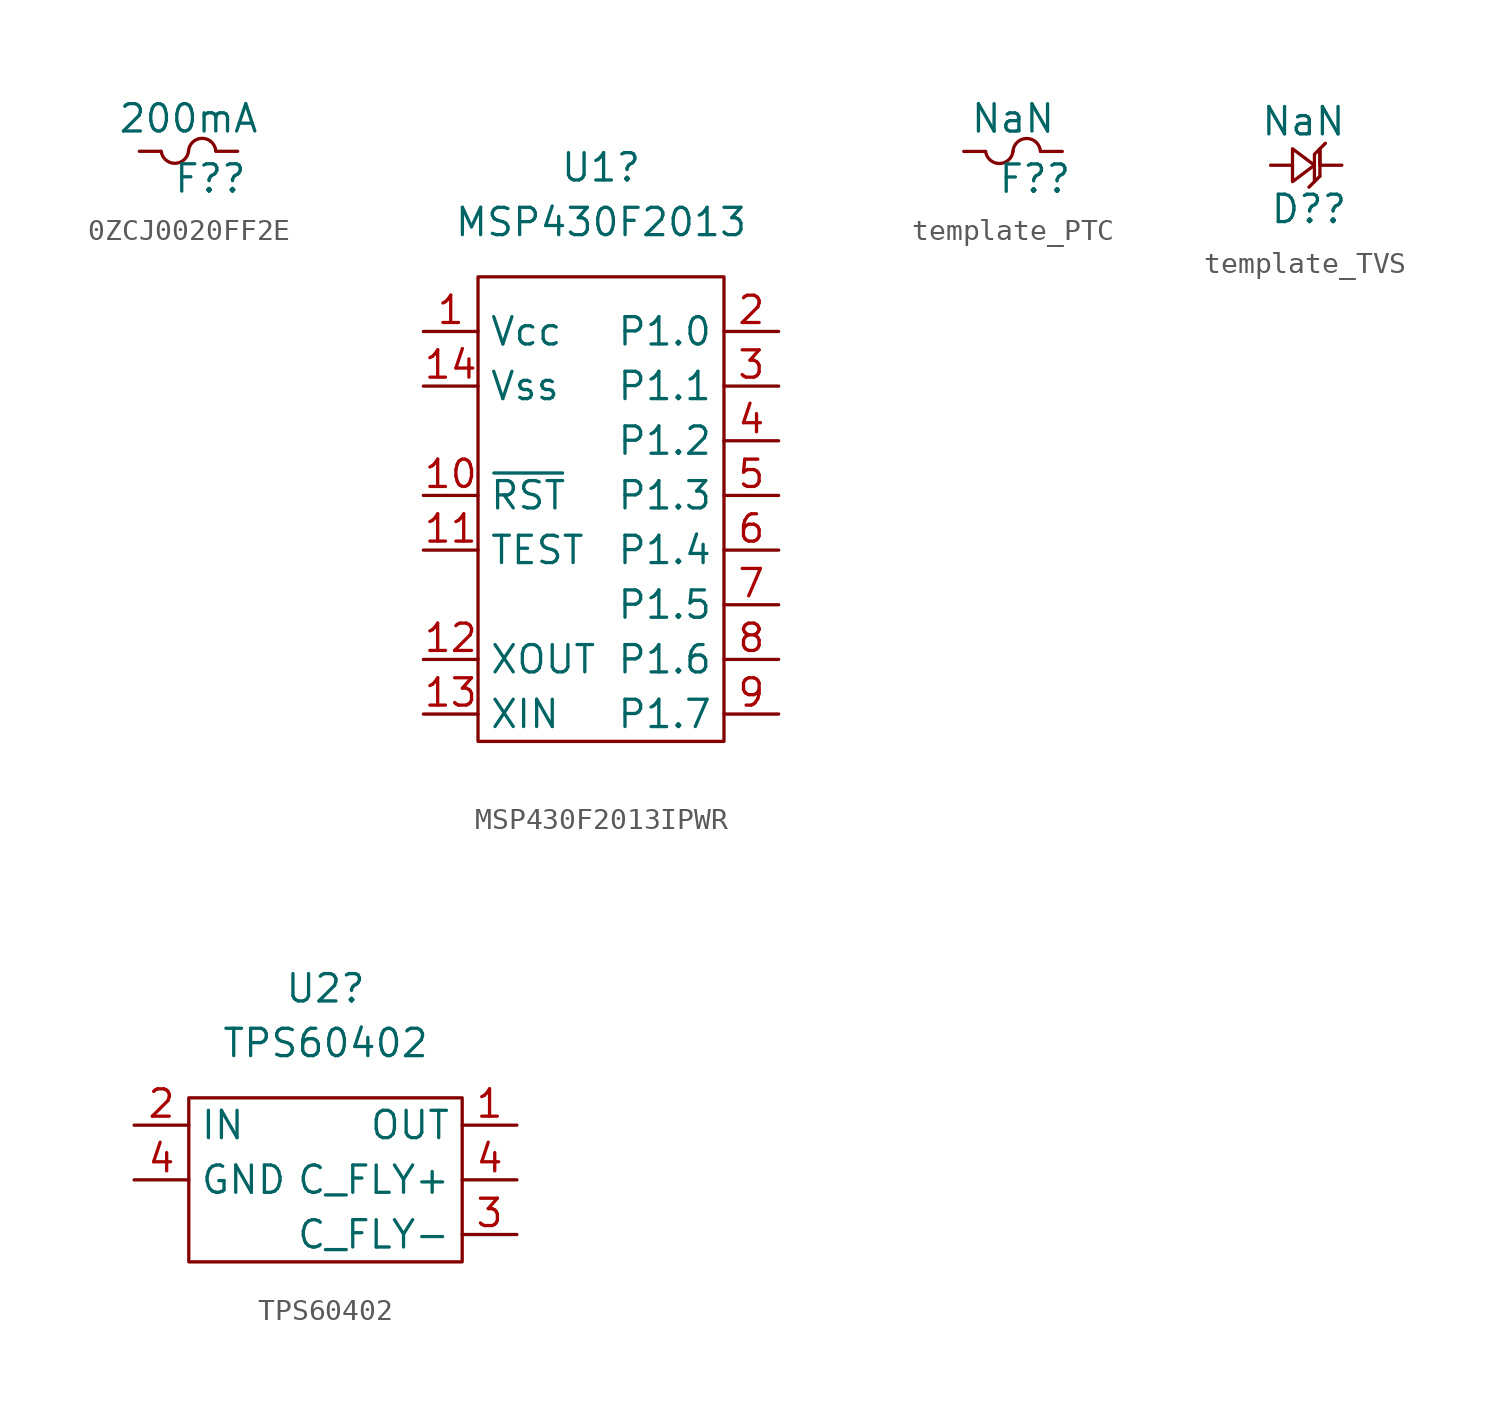
<source format=kicad_sym>
(kicad_symbol_lib
  (version 20220914)
  (generator kicad_symbol_editor)
  (symbol "0ZCJ0020FF2E"
    (pin_numbers hide)
    (pin_names hide)
    (property "Reference" "F?"
      (at 3.302 -1.27 0)
      (effects (font (size 1.27 1.27))))
    (property "Value" "200mA"
      (at 2.286 1.524 0)
      (effects (font (size 1.27 1.27))))
    (symbol "0ZCJ0020FF2E_0_1"
      (arc (start 1.016 0) (mid 1.651 -0.5595) (end 2.286 0) (stroke (width 0) (type default)) (fill (type none)))
      (arc (start 3.556 0) (mid 2.921 0.6021) (end 2.286 0) (stroke (width 0) (type default)) (fill (type none))))
    (symbol "0ZCJ0020FF2E_1_0"
      (pin passive line (at 4.572 0 180) (length 1) (name "" (effects (font (size 1.27 1.27)))) (number "2" (effects (font (size 1.27 1.27))))))
    (symbol "0ZCJ0020FF2E_1_1"
      (pin passive line (at 0 0 0) (length 1) (name "" (effects (font (size 1.27 1.27)))) (number "1" (effects (font (size 1.27 1.27)))))))
  (symbol "MSP430F2013IPWR"
    (property "Reference" "U1"
      (at 5.715 5.08 0)
      (effects (font (size 1.27 1.27))))
    (property "Value" "MSP430F2013"
      (at 5.715 2.54 0)
      (effects (font (size 1.27 1.27))))
    (symbol "MSP430F2013IPWR_0_1"
      (rectangle (start 0 0) (end 11.43 -21.59) (stroke (width 0) (type default)) (fill (type none))))
    (symbol "MSP430F2013IPWR_1_1"
      (pin power_in line (at -2.54 -2.54 0) (length 2.54) (name "Vcc" (effects (font (size 1.27 1.27)))) (number "1" (effects (font (size 1.27 1.27)))))
      (pin bidirectional line (at -2.54 -10.16 0) (length 2.54) (name "~{RST}" (effects (font (size 1.27 1.27)))) (number "10" (effects (font (size 1.27 1.27)))))
      (pin bidirectional line (at -2.54 -12.7 0) (length 2.54) (name "TEST" (effects (font (size 1.27 1.27)))) (number "11" (effects (font (size 1.27 1.27)))))
      (pin bidirectional line (at -2.54 -17.78 0) (length 2.54) (name "XOUT" (effects (font (size 1.27 1.27)))) (number "12" (effects (font (size 1.27 1.27)))))
      (pin bidirectional line (at -2.54 -20.32 0) (length 2.54) (name "XIN" (effects (font (size 1.27 1.27)))) (number "13" (effects (font (size 1.27 1.27)))))
      (pin power_in line (at -2.54 -5.08 0) (length 2.54) (name "Vss" (effects (font (size 1.27 1.27)))) (number "14" (effects (font (size 1.27 1.27)))))
      (pin bidirectional line (at 13.97 -2.54 180) (length 2.54) (name "P1.0" (effects (font (size 1.27 1.27)))) (number "2" (effects (font (size 1.27 1.27)))))
      (pin bidirectional line (at 13.97 -5.08 180) (length 2.54) (name "P1.1" (effects (font (size 1.27 1.27)))) (number "3" (effects (font (size 1.27 1.27)))))
      (pin bidirectional line (at 13.97 -7.62 180) (length 2.54) (name "P1.2" (effects (font (size 1.27 1.27)))) (number "4" (effects (font (size 1.27 1.27)))))
      (pin bidirectional line (at 13.97 -10.16 180) (length 2.54) (name "P1.3" (effects (font (size 1.27 1.27)))) (number "5" (effects (font (size 1.27 1.27)))))
      (pin bidirectional line (at 13.97 -12.7 180) (length 2.54) (name "P1.4" (effects (font (size 1.27 1.27)))) (number "6" (effects (font (size 1.27 1.27)))))
      (pin bidirectional line (at 13.97 -15.24 180) (length 2.54) (name "P1.5" (effects (font (size 1.27 1.27)))) (number "7" (effects (font (size 1.27 1.27)))))
      (pin bidirectional line (at 13.97 -17.78 180) (length 2.54) (name "P1.6" (effects (font (size 1.27 1.27)))) (number "8" (effects (font (size 1.27 1.27)))))
      (pin bidirectional line (at 13.97 -20.32 180) (length 2.54) (name "P1.7" (effects (font (size 1.27 1.27)))) (number "9" (effects (font (size 1.27 1.27)))))))
  (symbol "template_PTC"
    (pin_numbers hide)
    (pin_names hide)
    (property "Reference" "F?"
      (at 3.302 -1.27 0)
      (effects (font (size 1.27 1.27))))
    (property "Value" "NaN"
      (at 2.286 1.524 0)
      (effects (font (size 1.27 1.27))))
    (symbol "template_PTC_0_1"
      (arc (start 1.016 0) (mid 1.651 -0.5595) (end 2.286 0) (stroke (width 0) (type default)) (fill (type none)))
      (arc (start 3.556 0) (mid 2.921 0.6021) (end 2.286 0) (stroke (width 0) (type default)) (fill (type none))))
    (symbol "template_PTC_1_0"
      (pin passive line (at 4.572 0 180) (length 1) (name "" (effects (font (size 1.27 1.27)))) (number "2" (effects (font (size 1.27 1.27))))))
    (symbol "template_PTC_1_1"
      (pin passive line (at 0 0 0) (length 1) (name "" (effects (font (size 1.27 1.27)))) (number "1" (effects (font (size 1.27 1.27)))))))
  (symbol "template_TVS"
    (pin_numbers hide)
    (pin_names hide)
    (property "Reference" "D?"
      (at 1.778 -2.032 0)
      (effects (font (size 1.27 1.27))))
    (property "Value" "NaN"
      (at 1.524 2.032 0)
      (effects (font (size 1.27 1.27))))
    (symbol "template_TVS_0_1"
      (polyline (pts (xy 2.032 -0.762) (xy 2.286 -0.508)) (stroke (width 0) (type default)) (fill (type none)))
      (polyline (pts (xy 2.032 0) (xy 2.032 -0.762) (xy 1.778 -1.016)) (stroke (width 0) (type default)) (fill (type none)))
      (polyline (pts (xy 2.286 0) (xy 2.286 0.762) (xy 2.54 1.016)) (stroke (width 0) (type default)) (fill (type none)))
      (polyline (pts (xy 2.032 0) (xy 2.032 0.508) (xy 2.286 0.762) (xy 2.286 -0.508)) (stroke (width 0) (type default)) (fill (type none)))
      (polyline (pts (xy 1.016 0) (xy 1.016 0.762) (xy 2.032 0) (xy 1.016 -0.762) (xy 1.016 0)) (stroke (width 0) (type default)) (fill (type none))))
    (symbol "template_TVS_1_1"
      (pin passive line (at 0 0 0) (length 1) (name "1" (effects (font (size 1.27 1.27)))) (number "1" (effects (font (size 1.27 1.27)))))
      (pin passive line (at 3.302 0 180) (length 1) (name "2" (effects (font (size 1.27 1.27)))) (number "2" (effects (font (size 1.27 1.27)))))))
  (symbol "TPS60402"
    (property "Reference" "U2"
      (at 6.35 5.08 0)
      (effects (font (size 1.27 1.27))))
    (property "Value" "TPS60402"
      (at 6.35 2.54 0)
      (effects (font (size 1.27 1.27))))
    (symbol "TPS60402_0_1"
      (rectangle (start 0 0) (end 12.7 -7.62) (stroke (width 0) (type default)) (fill (type none))))
    (symbol "TPS60402_1_1"
      (pin input line (at 15.24 -1.27 180) (length 2.54) (name "OUT" (effects (font (size 1.27 1.27)))) (number "1" (effects (font (size 1.27 1.27)))))
      (pin input line (at -2.54 -1.27 0) (length 2.54) (name "IN" (effects (font (size 1.27 1.27)))) (number "2" (effects (font (size 1.27 1.27)))))
      (pin input line (at 15.24 -6.35 180) (length 2.54) (name "C_FLY-" (effects (font (size 1.27 1.27)))) (number "3" (effects (font (size 1.27 1.27)))))
      (pin input line (at 15.24 -3.81 180) (length 2.54) (name "C_FLY+" (effects (font (size 1.27 1.27)))) (number "4" (effects (font (size 1.27 1.27)))))
      (pin input line (at -2.54 -3.81 0) (length 2.54) (name "GND" (effects (font (size 1.27 1.27)))) (number "4" (effects (font (size 1.27 1.27))))))))
</source>
